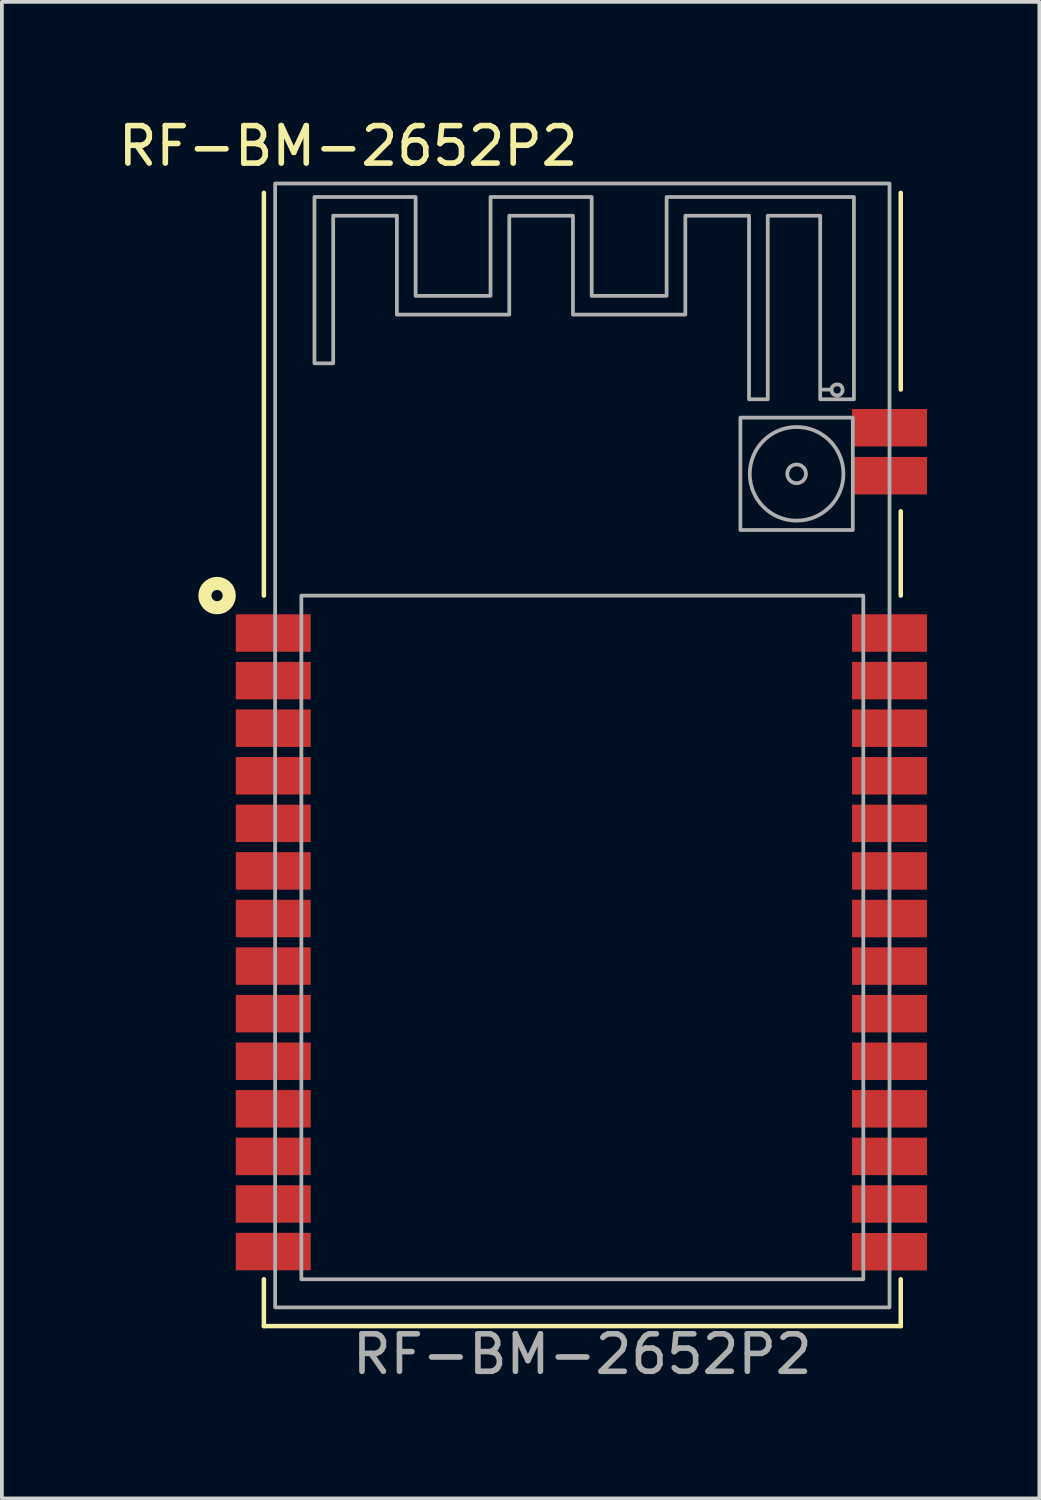
<source format=kicad_pcb>
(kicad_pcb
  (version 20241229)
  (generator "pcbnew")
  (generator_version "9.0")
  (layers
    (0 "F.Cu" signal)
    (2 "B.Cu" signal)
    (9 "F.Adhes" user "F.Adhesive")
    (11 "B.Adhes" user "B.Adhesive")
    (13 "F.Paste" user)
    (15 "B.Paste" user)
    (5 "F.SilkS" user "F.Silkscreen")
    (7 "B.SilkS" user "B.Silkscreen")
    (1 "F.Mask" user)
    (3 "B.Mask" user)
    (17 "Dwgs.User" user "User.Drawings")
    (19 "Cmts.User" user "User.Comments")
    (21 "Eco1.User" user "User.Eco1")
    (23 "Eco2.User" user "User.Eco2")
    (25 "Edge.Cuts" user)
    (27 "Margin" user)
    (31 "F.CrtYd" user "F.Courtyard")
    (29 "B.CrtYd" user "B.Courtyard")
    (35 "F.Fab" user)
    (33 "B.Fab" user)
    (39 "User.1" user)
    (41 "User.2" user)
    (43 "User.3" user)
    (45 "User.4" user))
  (footprint "RF-BM-2652P2"
    (layer "F.Cu")
    (at 12.494 16.848)
    (property "Reference" "RF-BM-2652P2" (at -6.25 -16 0) (unlocked yes) (layer "F.SilkS") (effects (font (size 1 1) (thickness 0.15))))
    (attr smd)
    (fp_line (start -8.5 -4) (end -8.5 -14.75) (stroke (width 0.12) (type default)) (layer "F.SilkS"))
    (fp_line (start -8.5 14.25) (end -8.5 15.5) (stroke (width 0.12) (type default)) (layer "F.SilkS"))
    (fp_line (start -8.5 15.5) (end 8.5 15.5) (stroke (width 0.12) (type default)) (layer "F.SilkS"))
    (fp_line (start 8.5 -9.5) (end 8.5 -14.75) (stroke (width 0.12) (type default)) (layer "F.SilkS"))
    (fp_line (start 8.5 -4) (end 8.5 -6.25) (stroke (width 0.12) (type default)) (layer "F.SilkS"))
    (fp_line (start 8.5 15.5) (end 8.5 14.25) (stroke (width 0.12) (type default)) (layer "F.SilkS"))
    (fp_circle (center -9.75 -4) (end -9.6 -4) (stroke (width 0.35) (type default)) (fill no) (layer "F.SilkS"))
    (fp_rect (start -7.5 -4) (end 7.5 14.25) (stroke (width 0.1) (type solid)) (fill no) (layer "F.Fab"))
    (fp_rect (start 4.22 -8.75) (end 7.22 -5.75) (stroke (width 0.1) (type default)) (fill no) (layer "F.Fab"))
    (fp_rect (start 8.2 15) (end -8.2 -15) (stroke (width 0.1) (type default)) (fill no) (layer "F.Fab"))
    (fp_circle (center 5.72 -7.25) (end 4.97 -8.25) (stroke (width 0.1) (type default)) (fill no) (layer "F.Fab"))
    (fp_circle (center 5.72 -7.25) (end 5.97 -7.25) (stroke (width 0.1) (type default)) (fill no) (layer "F.Fab"))
    (fp_poly (pts (xy 2.25 -12) (xy 0.25 -12) (xy 0.25 -14.64) (xy -2.45 -14.64) (xy -2.45 -12) (xy -4.45 -12) (xy -4.45 -14.64) (xy -7.15 -14.64) (xy -7.15 -10.2) (xy -6.65 -10.2) (xy -6.65 -14.14) (xy -4.95 -14.14) (xy -4.95 -11.5) (xy -1.95 -11.5) (xy -1.95 -14.14) (xy -0.25 -14.14) (xy -0.25 -11.5) (xy 2.75 -11.5) (xy 2.75 -14.14) (xy 4.45 -14.14) (xy 4.45 -9.24) (xy 4.95 -9.24) (xy 4.95 -14.14) (xy 6.35 -14.14) (xy 6.35 -9.24) (xy 7.25 -9.24) (xy 7.25 -9.483) (xy 6.948 -9.483) (xy 6.938 -9.436) (xy 6.914 -9.393) (xy 6.876 -9.36) (xy 6.868 -9.356) (xy 6.825 -9.344) (xy 6.777 -9.345) (xy 6.731 -9.358) (xy 6.713 -9.368) (xy 6.679 -9.403) (xy 6.658 -9.449) (xy 6.652 -9.498) (xy 6.66 -9.546) (xy 6.677 -9.579) (xy 6.712 -9.611) (xy 6.758 -9.631) (xy 6.807 -9.638) (xy 6.855 -9.63) (xy 6.888 -9.613) (xy 6.923 -9.576) (xy 6.943 -9.532) (xy 6.948 -9.483) (xy 7.25 -9.483) (xy 7.25 -14.64) (xy 2.25 -14.64) (xy 2.25 -12)) (stroke (width 0.1) (type solid)) (fill no) (layer "F.Fab"))
    (fp_text user "${REFERENCE}" (at 0 16.25 0) (unlocked yes) (layer "F.Fab") (effects (font (size 1 1) (thickness 0.15))))
    (pad "1" smd rect (at -8.25 -3) (size 2 1) (layers "F.Cu" "F.Mask" "F.Paste"))
    (pad "2" smd rect (at -8.25 -1.73) (size 2 1) (layers "F.Cu" "F.Mask" "F.Paste"))
    (pad "3" smd rect (at -8.25 -0.46) (size 2 1) (layers "F.Cu" "F.Mask" "F.Paste"))
    (pad "4" smd rect (at -8.25 0.81) (size 2 1) (layers "F.Cu" "F.Mask" "F.Paste"))
    (pad "5" smd rect (at -8.25 2.08) (size 2 1) (layers "F.Cu" "F.Mask" "F.Paste"))
    (pad "6" smd rect (at -8.25 3.35) (size 2 1) (layers "F.Cu" "F.Mask" "F.Paste"))
    (pad "7" smd rect (at -8.25 4.62) (size 2 1) (layers "F.Cu" "F.Mask" "F.Paste"))
    (pad "8" smd rect (at -8.25 5.89) (size 2 1) (layers "F.Cu" "F.Mask" "F.Paste"))
    (pad "9" smd rect (at -8.25 7.16) (size 2 1) (layers "F.Cu" "F.Mask" "F.Paste"))
    (pad "10" smd rect (at -8.25 8.43) (size 2 1) (layers "F.Cu" "F.Mask" "F.Paste"))
    (pad "11" smd rect (at -8.25 9.7) (size 2 1) (layers "F.Cu" "F.Mask" "F.Paste"))
    (pad "12" smd rect (at -8.25 10.97) (size 2 1) (layers "F.Cu" "F.Mask" "F.Paste"))
    (pad "13" smd rect (at -8.25 12.24) (size 2 1) (layers "F.Cu" "F.Mask" "F.Paste"))
    (pad "14" smd rect (at -8.25 13.51) (size 2 1) (layers "F.Cu" "F.Mask" "F.Paste"))
    (pad "15" smd rect (at 8.2 13.515) (size 2 1) (layers "F.Cu" "F.Mask" "F.Paste"))
    (pad "16" smd rect (at 8.2 12.24) (size 2 1) (layers "F.Cu" "F.Mask" "F.Paste"))
    (pad "17" smd rect (at 8.2 10.97) (size 2 1) (layers "F.Cu" "F.Mask" "F.Paste"))
    (pad "18" smd rect (at 8.2 9.7) (size 2 1) (layers "F.Cu" "F.Mask" "F.Paste"))
    (pad "19" smd rect (at 8.2 8.43) (size 2 1) (layers "F.Cu" "F.Mask" "F.Paste"))
    (pad "20" smd rect (at 8.2 7.16) (size 2 1) (layers "F.Cu" "F.Mask" "F.Paste"))
    (pad "21" smd rect (at 8.2 5.89) (size 2 1) (layers "F.Cu" "F.Mask" "F.Paste"))
    (pad "22" smd rect (at 8.2 4.62) (size 2 1) (layers "F.Cu" "F.Mask" "F.Paste"))
    (pad "23" smd rect (at 8.2 3.35) (size 2 1) (layers "F.Cu" "F.Mask" "F.Paste"))
    (pad "24" smd rect (at 8.2 2.08) (size 2 1) (layers "F.Cu" "F.Mask" "F.Paste"))
    (pad "25" smd rect (at 8.2 0.81) (size 2 1) (layers "F.Cu" "F.Mask" "F.Paste"))
    (pad "26" smd rect (at 8.2 -0.46) (size 2 1) (layers "F.Cu" "F.Mask" "F.Paste"))
    (pad "27" smd rect (at 8.2 -1.73) (size 2 1) (layers "F.Cu" "F.Mask" "F.Paste"))
    (pad "28" smd rect (at 8.2 -3) (size 2 1) (layers "F.Cu" "F.Mask" "F.Paste"))
    (pad "29" smd rect (at 8.2 -7.2) (size 2 1) (layers "F.Cu" "F.Mask" "F.Paste"))
    (pad "30" smd rect (at 8.2 -8.48) (size 2 1) (layers "F.Cu" "F.Mask" "F.Paste"))
    (zone (net_name "") (layers "F.Cu" "B.Cu") (hatch edge 0.5) (connect_pads) (min_thickness 0.25) (filled_areas_thickness no) (keepout (tracks not_allowed) (vias not_allowed) (pads not_allowed) (copperpour not_allowed) (footprints not_allowed)) (placement (enabled no)) (fill) (polygon (pts (xy 3.494 1.848) (xy 21.494 1.848) (xy 21.494 7.848) (xy 3.494 7.848)))))
  (gr_rect
    (start -3 -3)
    (end 24.694 36.947)
    (stroke (width 0.1) (type default))
    (fill no)
    (layer "Edge.Cuts")))
</source>
